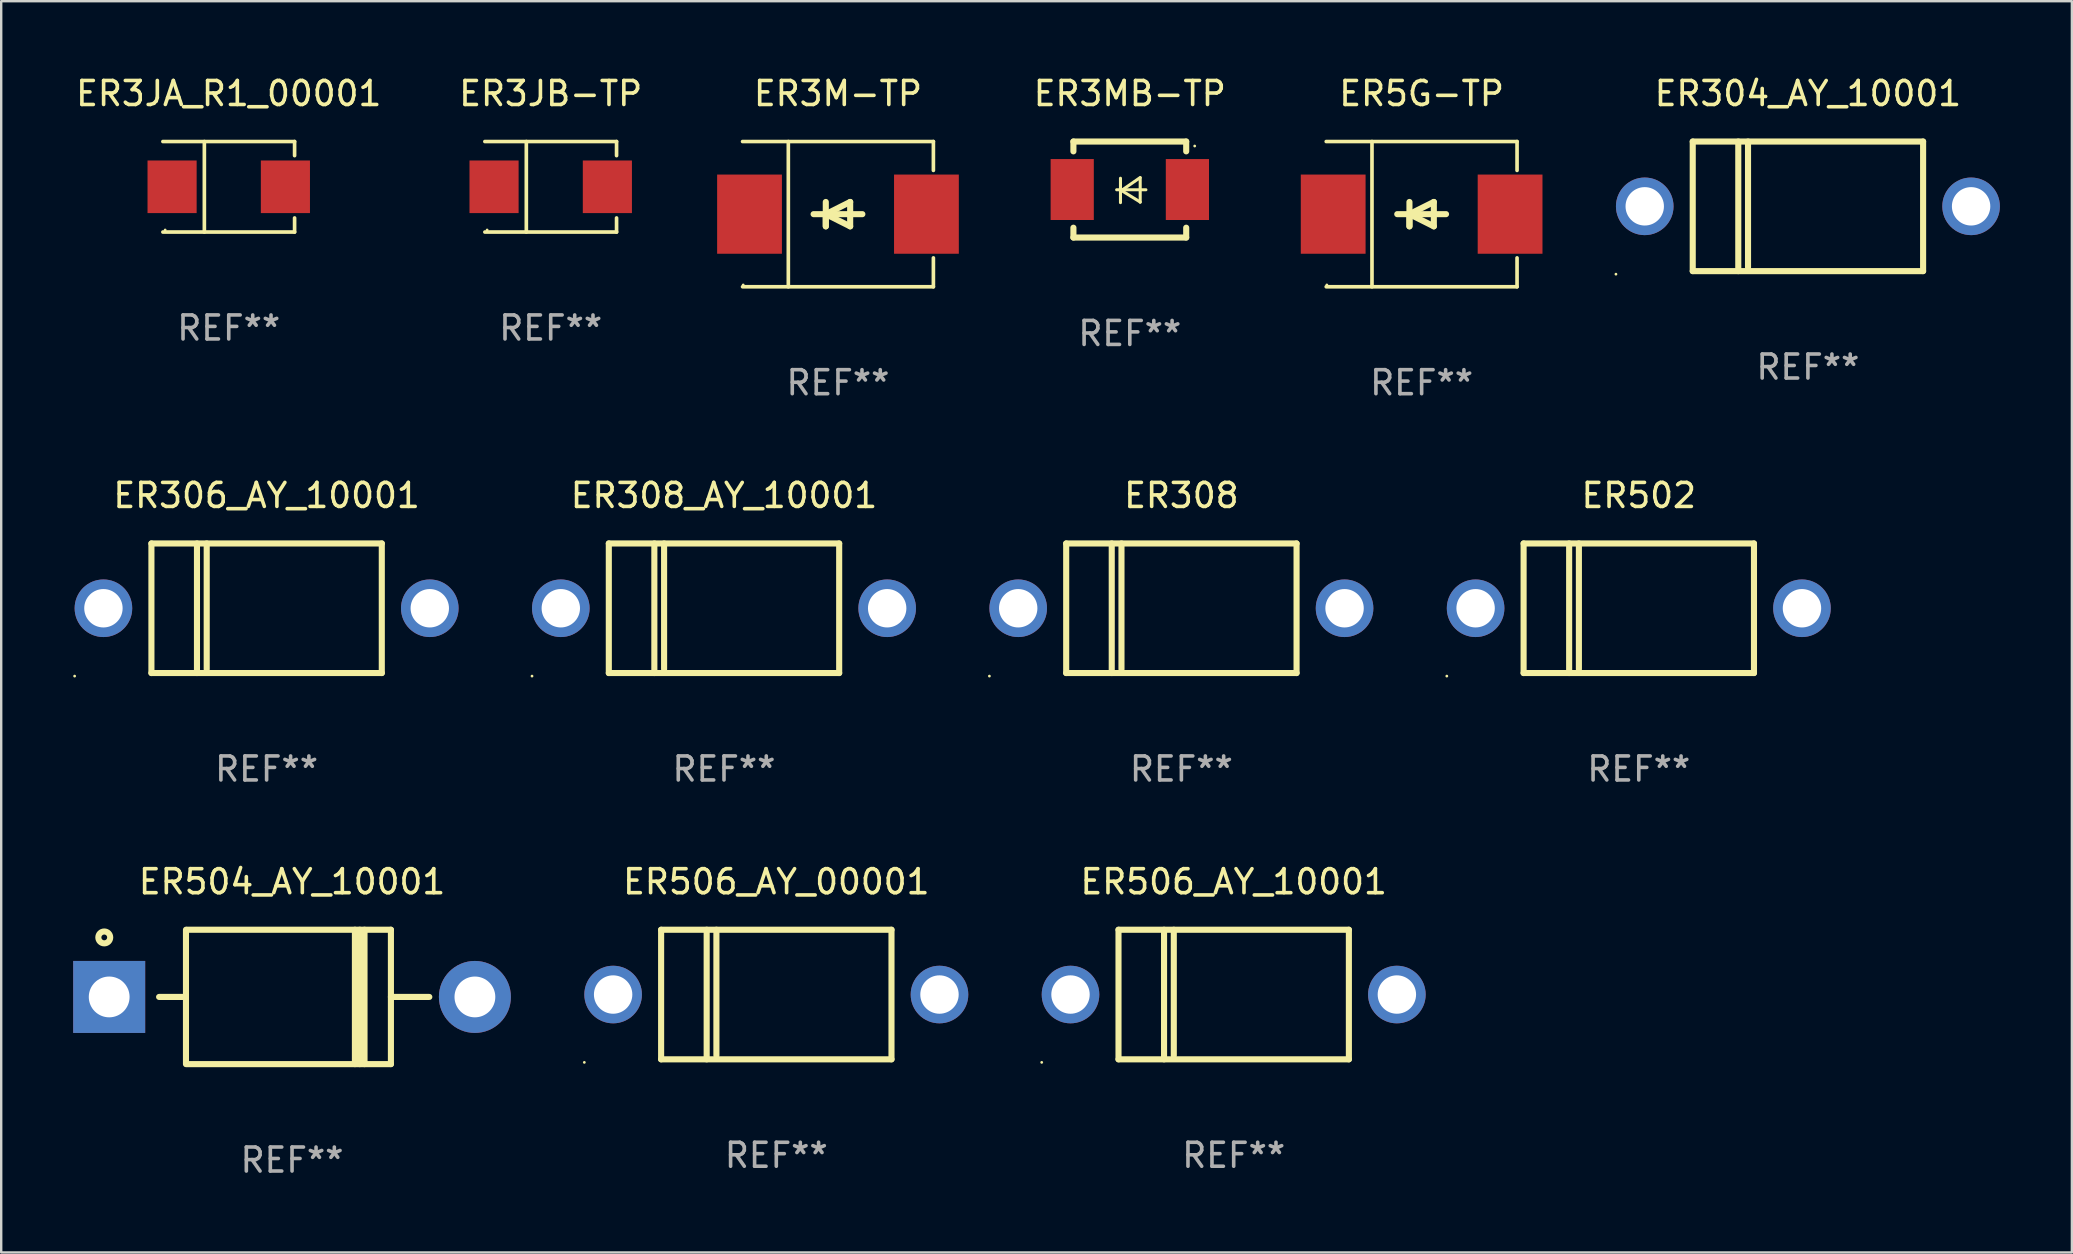
<source format=kicad_pcb>
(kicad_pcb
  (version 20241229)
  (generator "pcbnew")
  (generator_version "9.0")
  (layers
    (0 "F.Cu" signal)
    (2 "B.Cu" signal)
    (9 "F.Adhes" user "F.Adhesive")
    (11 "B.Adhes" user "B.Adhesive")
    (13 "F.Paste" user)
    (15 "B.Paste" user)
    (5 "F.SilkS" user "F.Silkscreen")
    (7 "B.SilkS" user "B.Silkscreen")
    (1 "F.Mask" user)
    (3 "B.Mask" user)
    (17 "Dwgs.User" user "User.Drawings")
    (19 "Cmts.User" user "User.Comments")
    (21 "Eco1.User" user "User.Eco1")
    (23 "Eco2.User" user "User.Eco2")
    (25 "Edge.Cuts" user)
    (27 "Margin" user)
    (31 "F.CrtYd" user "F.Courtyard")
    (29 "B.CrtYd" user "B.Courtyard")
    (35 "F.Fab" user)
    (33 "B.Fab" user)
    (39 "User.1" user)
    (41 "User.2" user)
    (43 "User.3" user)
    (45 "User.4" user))
  (footprint "ER504_AY_10001"
    (layer "F.Cu")
    (at 9.12 38.494)
    (property "Reference" "ER504_AY_10001" (at 0 -4.8 0) (layer "F.SilkS") (effects (font (size 1 1) (thickness 0.15))))
    (attr through_hole)
    (fp_line (start -5.54 0) (end -4.44 0) (stroke (width 0.254) (type solid)) (layer "F.SilkS"))
    (fp_line (start -4.42 2.8) (end -4.42 -2.8) (stroke (width 0.254) (type solid)) (layer "F.SilkS"))
    (fp_line (start -4.38 -2.8) (end 4.12 -2.8) (stroke (width 0.254) (type solid)) (layer "F.SilkS"))
    (fp_line (start 2.62 -2.8) (end 2.62 2.8) (stroke (width 0.254) (type solid)) (layer "F.SilkS"))
    (fp_line (start 2.82 -2.8) (end 2.82 2.8) (stroke (width 0.254) (type solid)) (layer "F.SilkS"))
    (fp_line (start 3.02 -2.8) (end 3.02 2.8) (stroke (width 0.254) (type solid)) (layer "F.SilkS"))
    (fp_line (start 4.12 -2.8) (end 4.12 2.8) (stroke (width 0.254) (type solid)) (layer "F.SilkS"))
    (fp_line (start 4.12 0) (end 5.72 0) (stroke (width 0.254) (type solid)) (layer "F.SilkS"))
    (fp_line (start 4.12 2.8) (end -4.38 2.8) (stroke (width 0.254) (type solid)) (layer "F.SilkS"))
    (fp_circle (center -7.825 -2.48) (end -7.705 -2.48) (stroke (width 0.254) (type solid)) (fill no) (layer "F.SilkS"))
    (fp_text user "REF**" (at 0 6.8 0) (layer "F.Fab") (effects (font (size 1 1) (thickness 0.15))))
    (pad "1" thru_hole rect (at -7.62 0 180) (size 3 3) (drill 1.7) (layers "*.Cu" "*.Mask"))
    (pad "2" thru_hole circle (at 7.62 0) (size 3 3) (drill 1.7) (layers "*.Cu" "*.Mask")))
  (footprint "ER304_AY_10001"
    (layer "F.Cu")
    (at 72.289 5.548)
    (property "Reference" "ER304_AY_10001" (at 0 -4.7 0) (layer "F.SilkS") (effects (font (size 1 1) (thickness 0.15))))
    (attr through_hole)
    (fp_line (start -4.8 -2.7) (end -4.8 2.7) (stroke (width 0.254) (type solid)) (layer "F.SilkS"))
    (fp_line (start -4.8 -2.7) (end 4.8 -2.7) (stroke (width 0.254) (type solid)) (layer "F.SilkS"))
    (fp_line (start -2.902 -2.7) (end -2.902 2.7) (stroke (width 0.254) (type solid)) (layer "F.SilkS"))
    (fp_line (start -2.496 -2.7) (end -2.496 2.54) (stroke (width 0.254) (type solid)) (layer "F.SilkS"))
    (fp_line (start 4.8 -2.7) (end 4.8 2.7) (stroke (width 0.254) (type solid)) (layer "F.SilkS"))
    (fp_line (start 4.8 2.7) (end -4.8 2.7) (stroke (width 0.254) (type solid)) (layer "F.SilkS"))
    (fp_circle (center -8 2.827) (end -7.97 2.827) (stroke (width 0.06) (type solid)) (fill no) (layer "F.SilkS"))
    (fp_text user "REF**" (at 0 6.7 0) (layer "F.Fab") (effects (font (size 1 1) (thickness 0.15))))
    (pad "1" thru_hole circle (at -6.8 0) (size 2.4 2.4) (drill 1.6) (layers "*.Cu" "*.Mask"))
    (pad "2" thru_hole circle (at 6.8 0) (size 2.4 2.4) (drill 1.6) (layers "*.Cu" "*.Mask")))
  (footprint "ER308"
    (layer "F.Cu")
    (at 46.18 22.297)
    (property "Reference" "ER308" (at 0 -4.7 0) (layer "F.SilkS") (effects (font (size 1 1) (thickness 0.15))))
    (attr through_hole)
    (fp_line (start -4.8 -2.7) (end -4.8 2.7) (stroke (width 0.254) (type solid)) (layer "F.SilkS"))
    (fp_line (start -4.8 -2.7) (end 4.8 -2.7) (stroke (width 0.254) (type solid)) (layer "F.SilkS"))
    (fp_line (start -2.902 -2.7) (end -2.902 2.7) (stroke (width 0.254) (type solid)) (layer "F.SilkS"))
    (fp_line (start -2.496 -2.7) (end -2.496 2.54) (stroke (width 0.254) (type solid)) (layer "F.SilkS"))
    (fp_line (start 4.8 -2.7) (end 4.8 2.7) (stroke (width 0.254) (type solid)) (layer "F.SilkS"))
    (fp_line (start 4.8 2.7) (end -4.8 2.7) (stroke (width 0.254) (type solid)) (layer "F.SilkS"))
    (fp_circle (center -8 2.827) (end -7.97 2.827) (stroke (width 0.06) (type solid)) (fill no) (layer "F.SilkS"))
    (fp_text user "REF**" (at 0 6.7 0) (layer "F.Fab") (effects (font (size 1 1) (thickness 0.15))))
    (pad "1" thru_hole circle (at -6.8 0) (size 2.4 2.4) (drill 1.6) (layers "*.Cu" "*.Mask"))
    (pad "2" thru_hole circle (at 6.8 0) (size 2.4 2.4) (drill 1.6) (layers "*.Cu" "*.Mask")))
  (footprint "ER3MB-TP"
    (layer "F.Cu")
    (at 44.031 4.848)
    (property "Reference" "ER3MB-TP" (at 0 -4 0) (layer "F.SilkS") (effects (font (size 1 1) (thickness 0.15))))
    (attr through_hole)
    (fp_line (start -2.35 -2) (end -2.35 -1.591) (stroke (width 0.254) (type solid)) (layer "F.SilkS"))
    (fp_line (start -2.35 -2) (end 2.35 -2) (stroke (width 0.254) (type solid)) (layer "F.SilkS"))
    (fp_line (start -2.35 1.591) (end -2.35 2) (stroke (width 0.254) (type solid)) (layer "F.SilkS"))
    (fp_line (start -2.35 2) (end 2.35 2) (stroke (width 0.254) (type solid)) (layer "F.SilkS"))
    (fp_line (start -0.548 0.01) (end 0.671 0.01) (stroke (width 0.127) (type solid)) (layer "F.SilkS"))
    (fp_line (start -0.389 -0.47) (end -0.389 0.546) (stroke (width 0.127) (type solid)) (layer "F.SilkS"))
    (fp_line (start -0.35 0.04) (end 0.433 0.52) (stroke (width 0.127) (type solid)) (layer "F.SilkS"))
    (fp_line (start 0.433 -0.5) (end -0.35 0.04) (stroke (width 0.127) (type solid)) (layer "F.SilkS"))
    (fp_line (start 0.433 0.53) (end 0.433 -0.486) (stroke (width 0.127) (type solid)) (layer "F.SilkS"))
    (fp_line (start 2.35 -2) (end 2.35 -1.591) (stroke (width 0.254) (type solid)) (layer "F.SilkS"))
    (fp_line (start 2.35 1.591) (end 2.35 2) (stroke (width 0.254) (type solid)) (layer "F.SilkS"))
    (fp_circle (center 2.704 -1.813) (end 2.734 -1.813) (stroke (width 0.06) (type solid)) (fill no) (layer "F.SilkS"))
    (fp_text user "REF**" (at 0 6 0) (layer "F.Fab") (effects (font (size 1 1) (thickness 0.15))))
    (pad "1" smd rect (at 2.4 0) (size 1.8 2.54) (layers "F.Cu" "F.Mask" "F.Paste"))
    (pad "2" smd rect (at -2.4 0) (size 1.8 2.54) (layers "F.Cu" "F.Mask" "F.Paste")))
  (footprint "ER502"
    (layer "F.Cu")
    (at 65.241 22.297)
    (property "Reference" "ER502" (at 0 -4.7 0) (layer "F.SilkS") (effects (font (size 1 1) (thickness 0.15))))
    (attr through_hole)
    (fp_line (start -4.8 -2.7) (end -4.8 2.7) (stroke (width 0.254) (type solid)) (layer "F.SilkS"))
    (fp_line (start -4.8 -2.7) (end 4.8 -2.7) (stroke (width 0.254) (type solid)) (layer "F.SilkS"))
    (fp_line (start -2.902 -2.7) (end -2.902 2.7) (stroke (width 0.254) (type solid)) (layer "F.SilkS"))
    (fp_line (start -2.496 -2.7) (end -2.496 2.54) (stroke (width 0.254) (type solid)) (layer "F.SilkS"))
    (fp_line (start 4.8 -2.7) (end 4.8 2.7) (stroke (width 0.254) (type solid)) (layer "F.SilkS"))
    (fp_line (start 4.8 2.7) (end -4.8 2.7) (stroke (width 0.254) (type solid)) (layer "F.SilkS"))
    (fp_circle (center -8 2.827) (end -7.97 2.827) (stroke (width 0.06) (type solid)) (fill no) (layer "F.SilkS"))
    (fp_text user "REF**" (at 0 6.7 0) (layer "F.Fab") (effects (font (size 1 1) (thickness 0.15))))
    (pad "1" thru_hole circle (at -6.8 0) (size 2.4 2.4) (drill 1.6) (layers "*.Cu" "*.Mask"))
    (pad "2" thru_hole circle (at 6.8 0) (size 2.4 2.4) (drill 1.6) (layers "*.Cu" "*.Mask")))
  (footprint "ER506_AY_10001"
    (layer "F.Cu")
    (at 48.36 38.394)
    (property "Reference" "ER506_AY_10001" (at 0 -4.7 0) (layer "F.SilkS") (effects (font (size 1 1) (thickness 0.15))))
    (attr through_hole)
    (fp_line (start -4.8 -2.7) (end -4.8 2.7) (stroke (width 0.254) (type solid)) (layer "F.SilkS"))
    (fp_line (start -4.8 -2.7) (end 4.8 -2.7) (stroke (width 0.254) (type solid)) (layer "F.SilkS"))
    (fp_line (start -2.902 -2.7) (end -2.902 2.7) (stroke (width 0.254) (type solid)) (layer "F.SilkS"))
    (fp_line (start -2.496 -2.7) (end -2.496 2.54) (stroke (width 0.254) (type solid)) (layer "F.SilkS"))
    (fp_line (start 4.8 -2.7) (end 4.8 2.7) (stroke (width 0.254) (type solid)) (layer "F.SilkS"))
    (fp_line (start 4.8 2.7) (end -4.8 2.7) (stroke (width 0.254) (type solid)) (layer "F.SilkS"))
    (fp_circle (center -8 2.827) (end -7.97 2.827) (stroke (width 0.06) (type solid)) (fill no) (layer "F.SilkS"))
    (fp_text user "REF**" (at 0 6.7 0) (layer "F.Fab") (effects (font (size 1 1) (thickness 0.15))))
    (pad "1" thru_hole circle (at -6.8 0) (size 2.4 2.4) (drill 1.6) (layers "*.Cu" "*.Mask"))
    (pad "2" thru_hole circle (at 6.8 0) (size 2.4 2.4) (drill 1.6) (layers "*.Cu" "*.Mask")))
  (footprint "ER5G-TP"
    (layer "F.Cu")
    (at 56.192 5.874)
    (property "Reference" "ER5G-TP" (at 0 -5.026 0) (layer "F.SilkS") (effects (font (size 1 1) (thickness 0.15))))
    (attr through_hole)
    (fp_line (start -3.976 -3.026) (end 3.976 -3.026) (stroke (width 0.152) (type solid)) (layer "F.SilkS"))
    (fp_line (start -3.976 3.026) (end 3.976 3.026) (stroke (width 0.152) (type solid)) (layer "F.SilkS"))
    (fp_line (start -2.069 -3.026) (end -2.069 3.026) (stroke (width 0.152) (type solid)) (layer "F.SilkS"))
    (fp_line (start -0.508 0) (end -0.508 0.508) (stroke (width 0.254) (type solid)) (layer "F.SilkS"))
    (fp_line (start -0.508 0) (end 0.508 0.508) (stroke (width 0.254) (type solid)) (layer "F.SilkS"))
    (fp_line (start -0.508 0.508) (end -0.508 -0.508) (stroke (width 0.254) (type solid)) (layer "F.SilkS"))
    (fp_line (start 0.508 -0.508) (end -0.508 0) (stroke (width 0.254) (type solid)) (layer "F.SilkS"))
    (fp_line (start 0.508 0.508) (end 0.508 -0.508) (stroke (width 0.254) (type solid)) (layer "F.SilkS"))
    (fp_line (start 1.016 0) (end -1.016 0) (stroke (width 0.254) (type solid)) (layer "F.SilkS"))
    (fp_line (start 3.976 -3.026) (end 3.976 -1.823) (stroke (width 0.152) (type solid)) (layer "F.SilkS"))
    (fp_line (start 3.976 3.026) (end 3.976 1.823) (stroke (width 0.152) (type solid)) (layer "F.SilkS"))
    (fp_circle (center -3.95 2.95) (end -3.92 2.95) (stroke (width 0.06) (type solid)) (fill no) (layer "F.SilkS"))
    (fp_text user "REF**" (at 0 7.026 0) (layer "F.Fab") (effects (font (size 1 1) (thickness 0.15))))
    (pad "1" smd rect (at -3.686 0) (size 2.7 3.3) (layers "F.Cu" "F.Mask" "F.Paste"))
    (pad "2" smd rect (at 3.686 0) (size 2.7 3.3) (layers "F.Cu" "F.Mask" "F.Paste")))
  (footprint "ER506_AY_00001"
    (layer "F.Cu")
    (at 29.3 38.394)
    (property "Reference" "ER506_AY_00001" (at 0 -4.7 0) (layer "F.SilkS") (effects (font (size 1 1) (thickness 0.15))))
    (attr through_hole)
    (fp_line (start -4.8 -2.7) (end -4.8 2.7) (stroke (width 0.254) (type solid)) (layer "F.SilkS"))
    (fp_line (start -4.8 -2.7) (end 4.8 -2.7) (stroke (width 0.254) (type solid)) (layer "F.SilkS"))
    (fp_line (start -2.902 -2.7) (end -2.902 2.7) (stroke (width 0.254) (type solid)) (layer "F.SilkS"))
    (fp_line (start -2.496 -2.7) (end -2.496 2.54) (stroke (width 0.254) (type solid)) (layer "F.SilkS"))
    (fp_line (start 4.8 -2.7) (end 4.8 2.7) (stroke (width 0.254) (type solid)) (layer "F.SilkS"))
    (fp_line (start 4.8 2.7) (end -4.8 2.7) (stroke (width 0.254) (type solid)) (layer "F.SilkS"))
    (fp_circle (center -8 2.827) (end -7.97 2.827) (stroke (width 0.06) (type solid)) (fill no) (layer "F.SilkS"))
    (fp_text user "REF**" (at 0 6.7 0) (layer "F.Fab") (effects (font (size 1 1) (thickness 0.15))))
    (pad "1" thru_hole circle (at -6.8 0) (size 2.4 2.4) (drill 1.6) (layers "*.Cu" "*.Mask"))
    (pad "2" thru_hole circle (at 6.8 0) (size 2.4 2.4) (drill 1.6) (layers "*.Cu" "*.Mask")))
  (footprint "ER3JB-TP"
    (layer "F.Cu")
    (at 19.899 4.734)
    (property "Reference" "ER3JB-TP" (at 0 -3.886 0) (layer "F.SilkS") (effects (font (size 1 1) (thickness 0.15))))
    (attr through_hole)
    (fp_line (start -2.744 -1.886) (end 2.744 -1.886) (stroke (width 0.152) (type solid)) (layer "F.SilkS"))
    (fp_line (start -2.744 1.886) (end 2.744 1.886) (stroke (width 0.152) (type solid)) (layer "F.SilkS"))
    (fp_line (start -1.016 -1.886) (end -1.016 1.886) (stroke (width 0.152) (type solid)) (layer "F.SilkS"))
    (fp_line (start 2.744 -1.886) (end 2.744 -1.299) (stroke (width 0.152) (type solid)) (layer "F.SilkS"))
    (fp_line (start 2.744 1.886) (end 2.744 1.299) (stroke (width 0.152) (type solid)) (layer "F.SilkS"))
    (fp_circle (center -2.65 1.8) (end -2.62 1.8) (stroke (width 0.06) (type solid)) (fill no) (layer "F.SilkS"))
    (fp_text user "REF**" (at 0 5.886 0) (layer "F.Fab") (effects (font (size 1 1) (thickness 0.15))))
    (pad "1" smd rect (at -2.361 0) (size 2.047 2.192) (layers "F.Cu" "F.Mask" "F.Paste"))
    (pad "2" smd rect (at 2.361 0) (size 2.047 2.192) (layers "F.Cu" "F.Mask" "F.Paste")))
  (footprint "ER3JA_R1_00001"
    (layer "F.Cu")
    (at 6.482 4.734)
    (property "Reference" "ER3JA_R1_00001" (at 0 -3.886 0) (layer "F.SilkS") (effects (font (size 1 1) (thickness 0.15))))
    (attr through_hole)
    (fp_line (start -2.744 -1.886) (end 2.744 -1.886) (stroke (width 0.152) (type solid)) (layer "F.SilkS"))
    (fp_line (start -2.744 1.886) (end 2.744 1.886) (stroke (width 0.152) (type solid)) (layer "F.SilkS"))
    (fp_line (start -1.016 -1.886) (end -1.016 1.886) (stroke (width 0.152) (type solid)) (layer "F.SilkS"))
    (fp_line (start 2.744 -1.886) (end 2.744 -1.299) (stroke (width 0.152) (type solid)) (layer "F.SilkS"))
    (fp_line (start 2.744 1.886) (end 2.744 1.299) (stroke (width 0.152) (type solid)) (layer "F.SilkS"))
    (fp_circle (center -2.65 1.8) (end -2.62 1.8) (stroke (width 0.06) (type solid)) (fill no) (layer "F.SilkS"))
    (fp_text user "REF**" (at 0 5.886 0) (layer "F.Fab") (effects (font (size 1 1) (thickness 0.15))))
    (pad "1" smd rect (at -2.361 0) (size 2.047 2.192) (layers "F.Cu" "F.Mask" "F.Paste"))
    (pad "2" smd rect (at 2.361 0) (size 2.047 2.192) (layers "F.Cu" "F.Mask" "F.Paste")))
  (footprint "ER3M-TP"
    (layer "F.Cu")
    (at 31.87 5.874)
    (property "Reference" "ER3M-TP" (at 0 -5.026 0) (layer "F.SilkS") (effects (font (size 1 1) (thickness 0.15))))
    (attr through_hole)
    (fp_line (start -3.976 -3.026) (end 3.976 -3.026) (stroke (width 0.152) (type solid)) (layer "F.SilkS"))
    (fp_line (start -3.976 3.026) (end 3.976 3.026) (stroke (width 0.152) (type solid)) (layer "F.SilkS"))
    (fp_line (start -2.069 -3.026) (end -2.069 3.026) (stroke (width 0.152) (type solid)) (layer "F.SilkS"))
    (fp_line (start -0.508 0) (end -0.508 0.508) (stroke (width 0.254) (type solid)) (layer "F.SilkS"))
    (fp_line (start -0.508 0) (end 0.508 0.508) (stroke (width 0.254) (type solid)) (layer "F.SilkS"))
    (fp_line (start -0.508 0.508) (end -0.508 -0.508) (stroke (width 0.254) (type solid)) (layer "F.SilkS"))
    (fp_line (start 0.508 -0.508) (end -0.508 0) (stroke (width 0.254) (type solid)) (layer "F.SilkS"))
    (fp_line (start 0.508 0.508) (end 0.508 -0.508) (stroke (width 0.254) (type solid)) (layer "F.SilkS"))
    (fp_line (start 1.016 0) (end -1.016 0) (stroke (width 0.254) (type solid)) (layer "F.SilkS"))
    (fp_line (start 3.976 -3.026) (end 3.976 -1.823) (stroke (width 0.152) (type solid)) (layer "F.SilkS"))
    (fp_line (start 3.976 3.026) (end 3.976 1.823) (stroke (width 0.152) (type solid)) (layer "F.SilkS"))
    (fp_circle (center -3.95 2.95) (end -3.92 2.95) (stroke (width 0.06) (type solid)) (fill no) (layer "F.SilkS"))
    (fp_text user "REF**" (at 0 7.026 0) (layer "F.Fab") (effects (font (size 1 1) (thickness 0.15))))
    (pad "1" smd rect (at -3.686 0) (size 2.7 3.3) (layers "F.Cu" "F.Mask" "F.Paste"))
    (pad "2" smd rect (at 3.686 0) (size 2.7 3.3) (layers "F.Cu" "F.Mask" "F.Paste")))
  (footprint "ER308_AY_10001"
    (layer "F.Cu")
    (at 27.12 22.297)
    (property "Reference" "ER308_AY_10001" (at 0 -4.7 0) (layer "F.SilkS") (effects (font (size 1 1) (thickness 0.15))))
    (attr through_hole)
    (fp_line (start -4.8 -2.7) (end -4.8 2.7) (stroke (width 0.254) (type solid)) (layer "F.SilkS"))
    (fp_line (start -4.8 -2.7) (end 4.8 -2.7) (stroke (width 0.254) (type solid)) (layer "F.SilkS"))
    (fp_line (start -2.902 -2.7) (end -2.902 2.7) (stroke (width 0.254) (type solid)) (layer "F.SilkS"))
    (fp_line (start -2.496 -2.7) (end -2.496 2.54) (stroke (width 0.254) (type solid)) (layer "F.SilkS"))
    (fp_line (start 4.8 -2.7) (end 4.8 2.7) (stroke (width 0.254) (type solid)) (layer "F.SilkS"))
    (fp_line (start 4.8 2.7) (end -4.8 2.7) (stroke (width 0.254) (type solid)) (layer "F.SilkS"))
    (fp_circle (center -8 2.827) (end -7.97 2.827) (stroke (width 0.06) (type solid)) (fill no) (layer "F.SilkS"))
    (fp_text user "REF**" (at 0 6.7 0) (layer "F.Fab") (effects (font (size 1 1) (thickness 0.15))))
    (pad "1" thru_hole circle (at -6.8 0) (size 2.4 2.4) (drill 1.6) (layers "*.Cu" "*.Mask"))
    (pad "2" thru_hole circle (at 6.8 0) (size 2.4 2.4) (drill 1.6) (layers "*.Cu" "*.Mask")))
  (footprint "ER306_AY_10001"
    (layer "F.Cu")
    (at 8.06 22.297)
    (property "Reference" "ER306_AY_10001" (at 0 -4.7 0) (layer "F.SilkS") (effects (font (size 1 1) (thickness 0.15))))
    (attr through_hole)
    (fp_line (start -4.8 -2.7) (end -4.8 2.7) (stroke (width 0.254) (type solid)) (layer "F.SilkS"))
    (fp_line (start -4.8 -2.7) (end 4.8 -2.7) (stroke (width 0.254) (type solid)) (layer "F.SilkS"))
    (fp_line (start -2.902 -2.7) (end -2.902 2.7) (stroke (width 0.254) (type solid)) (layer "F.SilkS"))
    (fp_line (start -2.496 -2.7) (end -2.496 2.54) (stroke (width 0.254) (type solid)) (layer "F.SilkS"))
    (fp_line (start 4.8 -2.7) (end 4.8 2.7) (stroke (width 0.254) (type solid)) (layer "F.SilkS"))
    (fp_line (start 4.8 2.7) (end -4.8 2.7) (stroke (width 0.254) (type solid)) (layer "F.SilkS"))
    (fp_circle (center -8 2.827) (end -7.97 2.827) (stroke (width 0.06) (type solid)) (fill no) (layer "F.SilkS"))
    (fp_text user "REF**" (at 0 6.7 0) (layer "F.Fab") (effects (font (size 1 1) (thickness 0.15))))
    (pad "1" thru_hole circle (at -6.8 0) (size 2.4 2.4) (drill 1.6) (layers "*.Cu" "*.Mask"))
    (pad "2" thru_hole circle (at 6.8 0) (size 2.4 2.4) (drill 1.6) (layers "*.Cu" "*.Mask")))
  (gr_rect
    (start -3 -3)
    (end 83.289 49.142)
    (stroke (width 0.1) (type default))
    (fill no)
    (layer "Edge.Cuts")))
</source>
